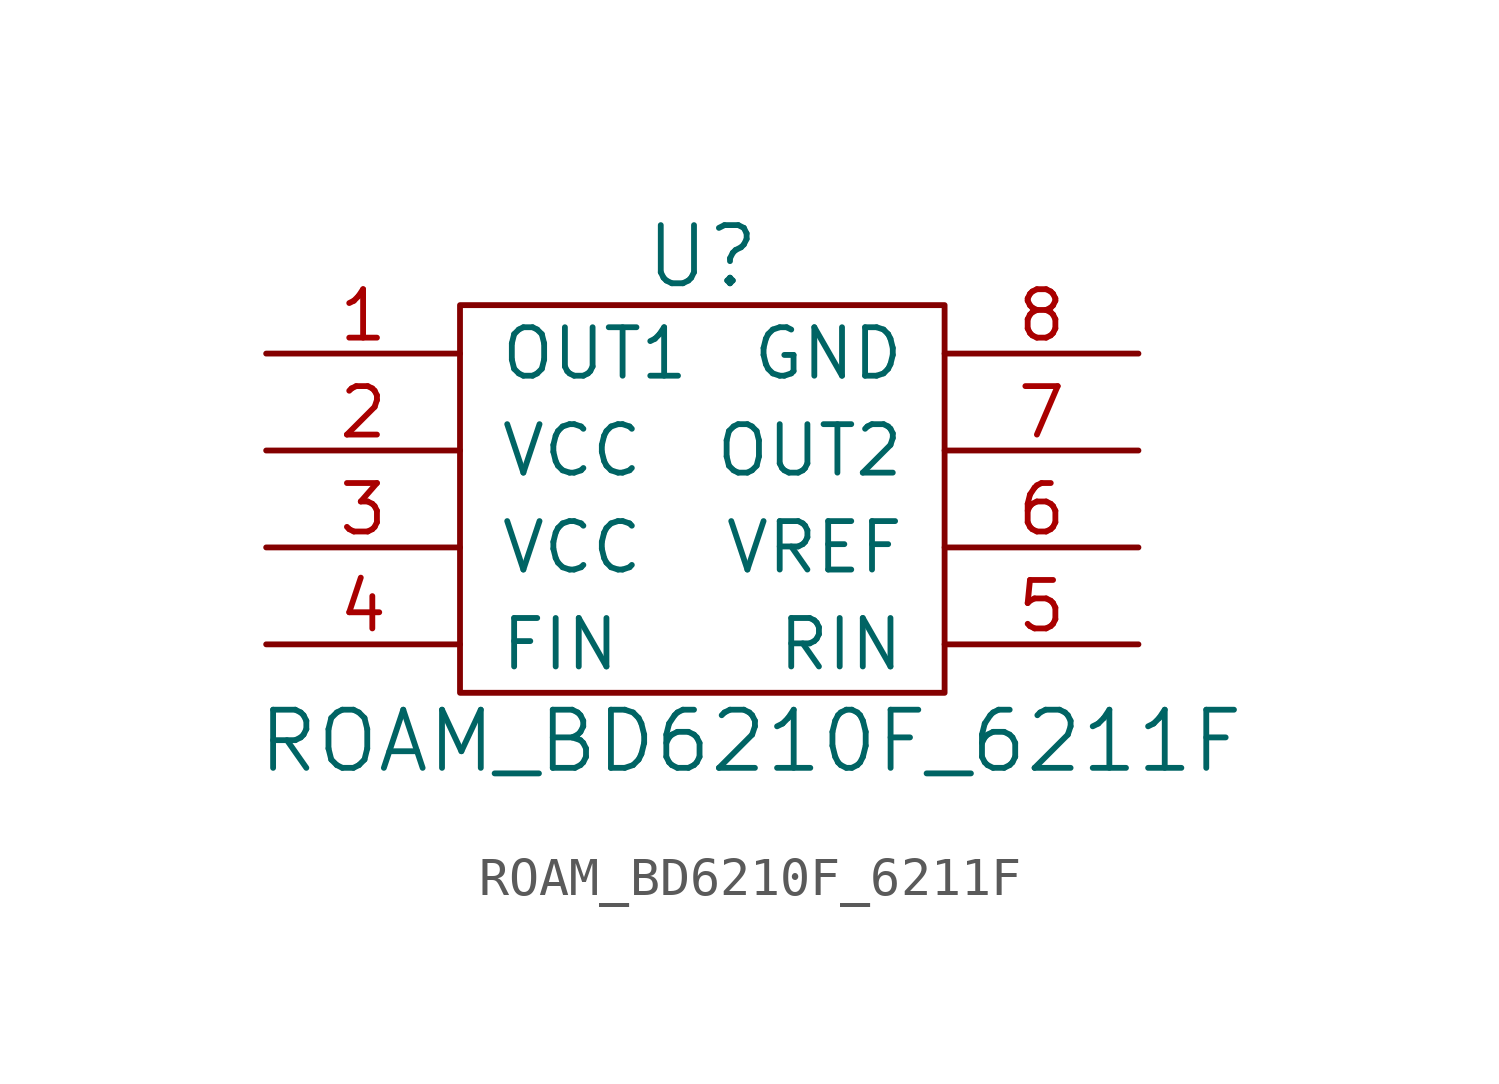
<source format=kicad_sym>
(kicad_symbol_lib
  (version 20220914)
  (generator kicad_symbol_editor)
  (symbol "ROAM_BD6210F_6211F"
    (pin_names
      (offset 1.016))
    (property "Reference" "U"
      (at 0 6.35 0)
      (effects (font (size 1.524 1.524))))
    (property "Value" "ROAM_BD6210F_6211F"
      (at 1.27 -6.35 0)
      (effects (font (size 1.524 1.524))))
    (property "Footprint" ""
      (at 2.54 -5.08 0)
      (effects (font (size 1.524 1.524))))
    (property "Datasheet" ""
      (at 2.54 -5.08 0)
      (effects (font (size 1.524 1.524))))
    (symbol "ROAM_BD6210F_6211F_0_1"
      (rectangle (start -6.35 5.08) (end 6.35 -5.08) (stroke (width 0) (type solid)) (fill (type none))))
    (symbol "ROAM_BD6210F_6211F_1_1"
      (pin input line (at -11.43 3.81 0) (length 5.08) (name "OUT1" (effects (font (size 1.27 1.27)))) (number "1" (effects (font (size 1.27 1.27)))))
      (pin input line (at -11.43 1.27 0) (length 5.08) (name "VCC" (effects (font (size 1.27 1.27)))) (number "2" (effects (font (size 1.27 1.27)))))
      (pin input line (at -11.43 -1.27 0) (length 5.08) (name "VCC" (effects (font (size 1.27 1.27)))) (number "3" (effects (font (size 1.27 1.27)))))
      (pin input line (at -11.43 -3.81 0) (length 5.08) (name "FIN" (effects (font (size 1.27 1.27)))) (number "4" (effects (font (size 1.27 1.27)))))
      (pin input line (at 11.43 -3.81 180) (length 5.08) (name "RIN" (effects (font (size 1.27 1.27)))) (number "5" (effects (font (size 1.27 1.27)))))
      (pin input line (at 11.43 -1.27 180) (length 5.08) (name "VREF" (effects (font (size 1.27 1.27)))) (number "6" (effects (font (size 1.27 1.27)))))
      (pin input line (at 11.43 1.27 180) (length 5.08) (name "OUT2" (effects (font (size 1.27 1.27)))) (number "7" (effects (font (size 1.27 1.27)))))
      (pin input line (at 11.43 3.81 180) (length 5.08) (name "GND" (effects (font (size 1.27 1.27)))) (number "8" (effects (font (size 1.27 1.27))))))))
</source>
